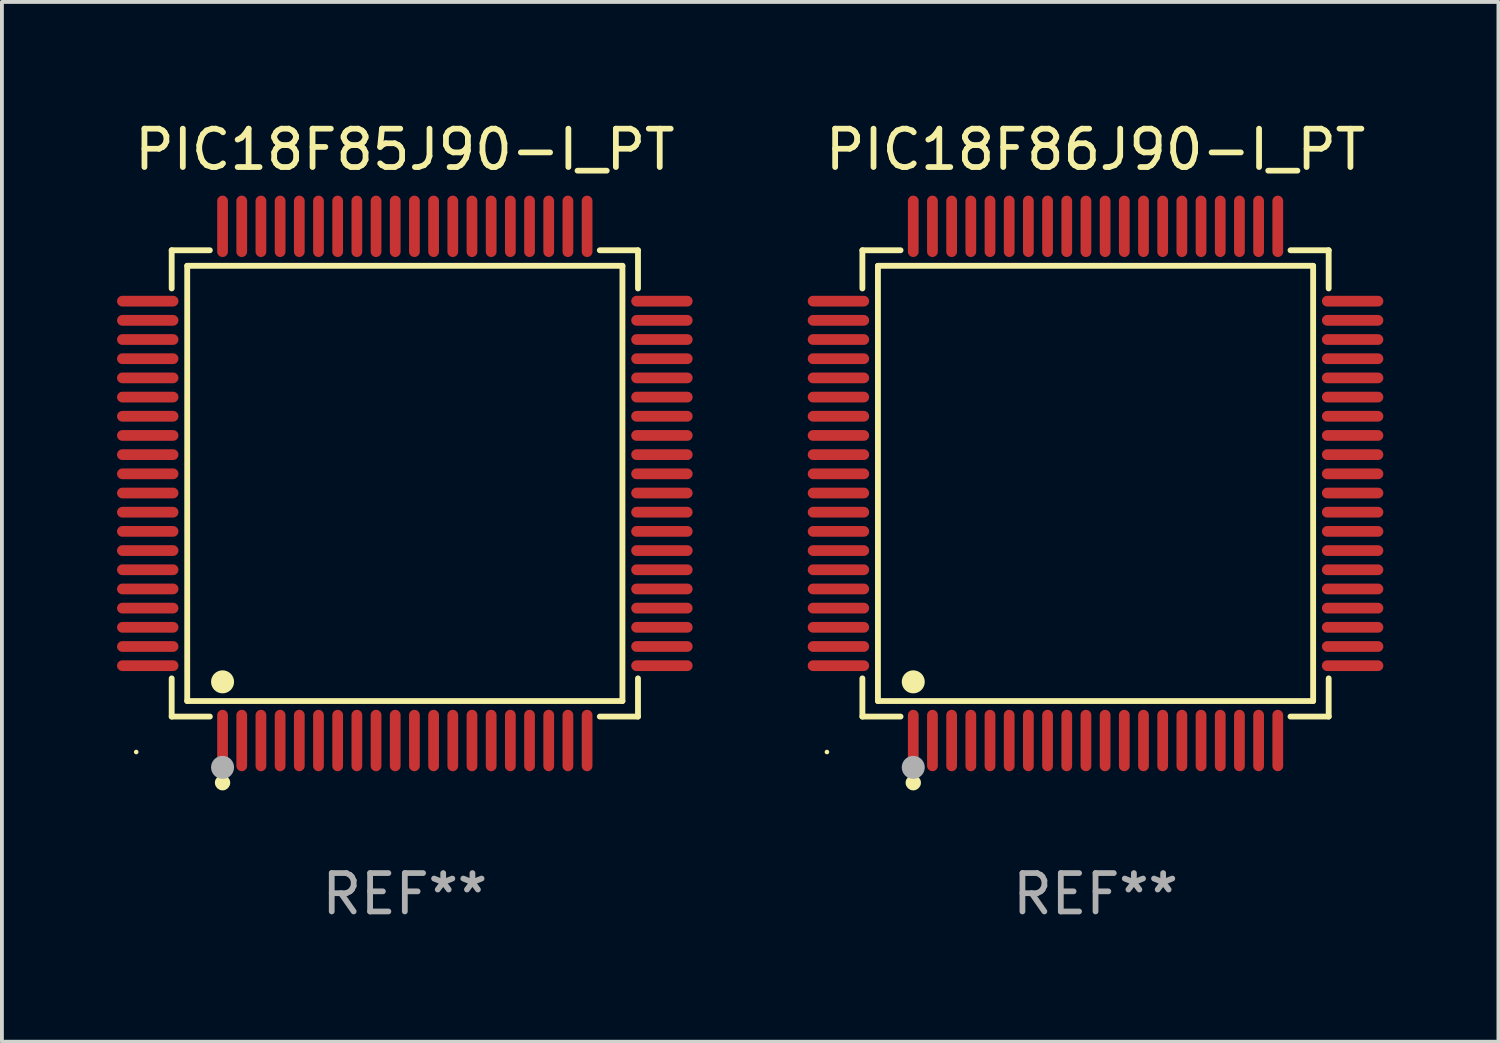
<source format=kicad_pcb>
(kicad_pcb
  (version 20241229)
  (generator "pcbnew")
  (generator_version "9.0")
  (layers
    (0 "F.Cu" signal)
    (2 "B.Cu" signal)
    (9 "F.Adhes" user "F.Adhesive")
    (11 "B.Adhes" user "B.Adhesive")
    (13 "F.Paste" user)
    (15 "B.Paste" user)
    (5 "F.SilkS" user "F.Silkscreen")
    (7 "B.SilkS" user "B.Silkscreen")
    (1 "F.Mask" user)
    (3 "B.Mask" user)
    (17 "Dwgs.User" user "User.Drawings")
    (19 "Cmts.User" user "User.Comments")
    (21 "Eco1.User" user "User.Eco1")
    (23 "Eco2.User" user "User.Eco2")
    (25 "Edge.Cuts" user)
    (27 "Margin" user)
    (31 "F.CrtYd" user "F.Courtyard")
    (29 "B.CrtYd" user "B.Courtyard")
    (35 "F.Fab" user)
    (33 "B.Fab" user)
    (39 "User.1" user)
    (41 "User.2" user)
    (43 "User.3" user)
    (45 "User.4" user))
  (footprint "PIC18F86J90-I_PT"
    (layer "F.Cu")
    (at 25.5 9.548)
    (property "Reference" "PIC18F86J90-I_PT" (at 0 -8.7 0) (layer "F.SilkS") (effects (font (size 1 1) (thickness 0.15))))
    (attr through_hole)
    (fp_line (start -6.076 -6.076) (end -5.081 -6.076) (stroke (width 0.152) (type solid)) (layer "F.SilkS"))
    (fp_line (start -6.076 -5.081) (end -6.076 -6.076) (stroke (width 0.152) (type solid)) (layer "F.SilkS"))
    (fp_line (start -6.076 5.081) (end -6.076 6.076) (stroke (width 0.152) (type solid)) (layer "F.SilkS"))
    (fp_line (start -6.076 6.076) (end -5.081 6.076) (stroke (width 0.152) (type solid)) (layer "F.SilkS"))
    (fp_line (start -5.671 -5.671) (end 5.671 -5.671) (stroke (width 0.152) (type solid)) (layer "F.SilkS"))
    (fp_line (start -5.671 5.671) (end -5.671 -5.671) (stroke (width 0.152) (type solid)) (layer "F.SilkS"))
    (fp_line (start 5.671 -5.671) (end 5.671 5.671) (stroke (width 0.152) (type solid)) (layer "F.SilkS"))
    (fp_line (start 5.671 5.671) (end -5.671 5.671) (stroke (width 0.152) (type solid)) (layer "F.SilkS"))
    (fp_line (start 6.076 -6.076) (end 5.081 -6.076) (stroke (width 0.152) (type solid)) (layer "F.SilkS"))
    (fp_line (start 6.076 -5.081) (end 6.076 -6.076) (stroke (width 0.152) (type solid)) (layer "F.SilkS"))
    (fp_line (start 6.076 5.081) (end 6.076 6.076) (stroke (width 0.152) (type solid)) (layer "F.SilkS"))
    (fp_line (start 6.076 6.076) (end 5.081 6.076) (stroke (width 0.152) (type solid)) (layer "F.SilkS"))
    (fp_circle (center -7 7) (end -6.97 7) (stroke (width 0.06) (type solid)) (fill no) (layer "F.SilkS"))
    (fp_circle (center -4.75 5.171) (end -4.6 5.171) (stroke (width 0.3) (type solid)) (fill no) (layer "F.SilkS"))
    (fp_circle (center -4.75 7.8) (end -4.65 7.8) (stroke (width 0.2) (type solid)) (fill no) (layer "F.SilkS"))
    (fp_circle (center -4.75 7.4) (end -4.6 7.4) (stroke (width 0.3) (type solid)) (fill no) (layer "F.Fab"))
    (fp_text user "REF**" (at 0 10.7 0) (layer "F.Fab") (effects (font (size 1 1) (thickness 0.15))))
    (pad "1" smd oval (at -4.75 6.7) (size 0.28 1.6) (layers "F.Cu" "F.Mask" "F.Paste"))
    (pad "2" smd oval (at -4.25 6.7) (size 0.28 1.6) (layers "F.Cu" "F.Mask" "F.Paste"))
    (pad "3" smd oval (at -3.75 6.7) (size 0.28 1.6) (layers "F.Cu" "F.Mask" "F.Paste"))
    (pad "4" smd oval (at -3.25 6.7) (size 0.28 1.6) (layers "F.Cu" "F.Mask" "F.Paste"))
    (pad "5" smd oval (at -2.75 6.7) (size 0.28 1.6) (layers "F.Cu" "F.Mask" "F.Paste"))
    (pad "6" smd oval (at -2.25 6.7) (size 0.28 1.6) (layers "F.Cu" "F.Mask" "F.Paste"))
    (pad "7" smd oval (at -1.75 6.7) (size 0.28 1.6) (layers "F.Cu" "F.Mask" "F.Paste"))
    (pad "8" smd oval (at -1.25 6.7) (size 0.28 1.6) (layers "F.Cu" "F.Mask" "F.Paste"))
    (pad "9" smd oval (at -0.75 6.7) (size 0.28 1.6) (layers "F.Cu" "F.Mask" "F.Paste"))
    (pad "10" smd oval (at -0.25 6.7) (size 0.28 1.6) (layers "F.Cu" "F.Mask" "F.Paste"))
    (pad "11" smd oval (at 0.25 6.7) (size 0.28 1.6) (layers "F.Cu" "F.Mask" "F.Paste"))
    (pad "12" smd oval (at 0.75 6.7) (size 0.28 1.6) (layers "F.Cu" "F.Mask" "F.Paste"))
    (pad "13" smd oval (at 1.25 6.7) (size 0.28 1.6) (layers "F.Cu" "F.Mask" "F.Paste"))
    (pad "14" smd oval (at 1.75 6.7) (size 0.28 1.6) (layers "F.Cu" "F.Mask" "F.Paste"))
    (pad "15" smd oval (at 2.25 6.7) (size 0.28 1.6) (layers "F.Cu" "F.Mask" "F.Paste"))
    (pad "16" smd oval (at 2.75 6.7) (size 0.28 1.6) (layers "F.Cu" "F.Mask" "F.Paste"))
    (pad "17" smd oval (at 3.25 6.7) (size 0.28 1.6) (layers "F.Cu" "F.Mask" "F.Paste"))
    (pad "18" smd oval (at 3.75 6.7) (size 0.28 1.6) (layers "F.Cu" "F.Mask" "F.Paste"))
    (pad "19" smd oval (at 4.25 6.7) (size 0.28 1.6) (layers "F.Cu" "F.Mask" "F.Paste"))
    (pad "20" smd oval (at 4.75 6.7) (size 0.28 1.6) (layers "F.Cu" "F.Mask" "F.Paste"))
    (pad "21" smd oval (at 6.7 4.75) (size 1.6 0.28) (layers "F.Cu" "F.Mask" "F.Paste"))
    (pad "22" smd oval (at 6.7 4.25) (size 1.6 0.28) (layers "F.Cu" "F.Mask" "F.Paste"))
    (pad "23" smd oval (at 6.7 3.75) (size 1.6 0.28) (layers "F.Cu" "F.Mask" "F.Paste"))
    (pad "24" smd oval (at 6.7 3.25) (size 1.6 0.28) (layers "F.Cu" "F.Mask" "F.Paste"))
    (pad "25" smd oval (at 6.7 2.75) (size 1.6 0.28) (layers "F.Cu" "F.Mask" "F.Paste"))
    (pad "26" smd oval (at 6.7 2.25) (size 1.6 0.28) (layers "F.Cu" "F.Mask" "F.Paste"))
    (pad "27" smd oval (at 6.7 1.75) (size 1.6 0.28) (layers "F.Cu" "F.Mask" "F.Paste"))
    (pad "28" smd oval (at 6.7 1.25) (size 1.6 0.28) (layers "F.Cu" "F.Mask" "F.Paste"))
    (pad "29" smd oval (at 6.7 0.75) (size 1.6 0.28) (layers "F.Cu" "F.Mask" "F.Paste"))
    (pad "30" smd oval (at 6.7 0.25) (size 1.6 0.28) (layers "F.Cu" "F.Mask" "F.Paste"))
    (pad "31" smd oval (at 6.7 -0.25) (size 1.6 0.28) (layers "F.Cu" "F.Mask" "F.Paste"))
    (pad "32" smd oval (at 6.7 -0.75) (size 1.6 0.28) (layers "F.Cu" "F.Mask" "F.Paste"))
    (pad "33" smd oval (at 6.7 -1.25) (size 1.6 0.28) (layers "F.Cu" "F.Mask" "F.Paste"))
    (pad "34" smd oval (at 6.7 -1.75) (size 1.6 0.28) (layers "F.Cu" "F.Mask" "F.Paste"))
    (pad "35" smd oval (at 6.7 -2.25) (size 1.6 0.28) (layers "F.Cu" "F.Mask" "F.Paste"))
    (pad "36" smd oval (at 6.7 -2.75) (size 1.6 0.28) (layers "F.Cu" "F.Mask" "F.Paste"))
    (pad "37" smd oval (at 6.7 -3.25) (size 1.6 0.28) (layers "F.Cu" "F.Mask" "F.Paste"))
    (pad "38" smd oval (at 6.7 -3.75) (size 1.6 0.28) (layers "F.Cu" "F.Mask" "F.Paste"))
    (pad "39" smd oval (at 6.7 -4.25) (size 1.6 0.28) (layers "F.Cu" "F.Mask" "F.Paste"))
    (pad "40" smd oval (at 6.7 -4.75) (size 1.6 0.28) (layers "F.Cu" "F.Mask" "F.Paste"))
    (pad "41" smd oval (at 4.75 -6.7) (size 0.28 1.6) (layers "F.Cu" "F.Mask" "F.Paste"))
    (pad "42" smd oval (at 4.25 -6.7) (size 0.28 1.6) (layers "F.Cu" "F.Mask" "F.Paste"))
    (pad "43" smd oval (at 3.75 -6.7) (size 0.28 1.6) (layers "F.Cu" "F.Mask" "F.Paste"))
    (pad "44" smd oval (at 3.25 -6.7) (size 0.28 1.6) (layers "F.Cu" "F.Mask" "F.Paste"))
    (pad "45" smd oval (at 2.75 -6.7) (size 0.28 1.6) (layers "F.Cu" "F.Mask" "F.Paste"))
    (pad "46" smd oval (at 2.25 -6.7) (size 0.28 1.6) (layers "F.Cu" "F.Mask" "F.Paste"))
    (pad "47" smd oval (at 1.75 -6.7) (size 0.28 1.6) (layers "F.Cu" "F.Mask" "F.Paste"))
    (pad "48" smd oval (at 1.25 -6.7) (size 0.28 1.6) (layers "F.Cu" "F.Mask" "F.Paste"))
    (pad "49" smd oval (at 0.75 -6.7) (size 0.28 1.6) (layers "F.Cu" "F.Mask" "F.Paste"))
    (pad "50" smd oval (at 0.25 -6.7) (size 0.28 1.6) (layers "F.Cu" "F.Mask" "F.Paste"))
    (pad "51" smd oval (at -0.25 -6.7) (size 0.28 1.6) (layers "F.Cu" "F.Mask" "F.Paste"))
    (pad "52" smd oval (at -0.75 -6.7) (size 0.28 1.6) (layers "F.Cu" "F.Mask" "F.Paste"))
    (pad "53" smd oval (at -1.25 -6.7) (size 0.28 1.6) (layers "F.Cu" "F.Mask" "F.Paste"))
    (pad "54" smd oval (at -1.75 -6.7) (size 0.28 1.6) (layers "F.Cu" "F.Mask" "F.Paste"))
    (pad "55" smd oval (at -2.25 -6.7) (size 0.28 1.6) (layers "F.Cu" "F.Mask" "F.Paste"))
    (pad "56" smd oval (at -2.75 -6.7) (size 0.28 1.6) (layers "F.Cu" "F.Mask" "F.Paste"))
    (pad "57" smd oval (at -3.25 -6.7) (size 0.28 1.6) (layers "F.Cu" "F.Mask" "F.Paste"))
    (pad "58" smd oval (at -3.75 -6.7) (size 0.28 1.6) (layers "F.Cu" "F.Mask" "F.Paste"))
    (pad "59" smd oval (at -4.25 -6.7) (size 0.28 1.6) (layers "F.Cu" "F.Mask" "F.Paste"))
    (pad "60" smd oval (at -4.75 -6.7) (size 0.28 1.6) (layers "F.Cu" "F.Mask" "F.Paste"))
    (pad "61" smd oval (at -6.7 -4.75) (size 1.6 0.28) (layers "F.Cu" "F.Mask" "F.Paste"))
    (pad "62" smd oval (at -6.7 -4.25) (size 1.6 0.28) (layers "F.Cu" "F.Mask" "F.Paste"))
    (pad "63" smd oval (at -6.7 -3.75) (size 1.6 0.28) (layers "F.Cu" "F.Mask" "F.Paste"))
    (pad "64" smd oval (at -6.7 -3.25) (size 1.6 0.28) (layers "F.Cu" "F.Mask" "F.Paste"))
    (pad "65" smd oval (at -6.7 -2.75) (size 1.6 0.28) (layers "F.Cu" "F.Mask" "F.Paste"))
    (pad "66" smd oval (at -6.7 -2.25) (size 1.6 0.28) (layers "F.Cu" "F.Mask" "F.Paste"))
    (pad "67" smd oval (at -6.7 -1.75) (size 1.6 0.28) (layers "F.Cu" "F.Mask" "F.Paste"))
    (pad "68" smd oval (at -6.7 -1.25) (size 1.6 0.28) (layers "F.Cu" "F.Mask" "F.Paste"))
    (pad "69" smd oval (at -6.7 -0.75) (size 1.6 0.28) (layers "F.Cu" "F.Mask" "F.Paste"))
    (pad "70" smd oval (at -6.7 -0.25) (size 1.6 0.28) (layers "F.Cu" "F.Mask" "F.Paste"))
    (pad "71" smd oval (at -6.7 0.25) (size 1.6 0.28) (layers "F.Cu" "F.Mask" "F.Paste"))
    (pad "72" smd oval (at -6.7 0.75) (size 1.6 0.28) (layers "F.Cu" "F.Mask" "F.Paste"))
    (pad "73" smd oval (at -6.7 1.25) (size 1.6 0.28) (layers "F.Cu" "F.Mask" "F.Paste"))
    (pad "74" smd oval (at -6.7 1.75) (size 1.6 0.28) (layers "F.Cu" "F.Mask" "F.Paste"))
    (pad "75" smd oval (at -6.7 2.25) (size 1.6 0.28) (layers "F.Cu" "F.Mask" "F.Paste"))
    (pad "76" smd oval (at -6.7 2.75) (size 1.6 0.28) (layers "F.Cu" "F.Mask" "F.Paste"))
    (pad "77" smd oval (at -6.7 3.25) (size 1.6 0.28) (layers "F.Cu" "F.Mask" "F.Paste"))
    (pad "78" smd oval (at -6.7 3.75) (size 1.6 0.28) (layers "F.Cu" "F.Mask" "F.Paste"))
    (pad "79" smd oval (at -6.7 4.25) (size 1.6 0.28) (layers "F.Cu" "F.Mask" "F.Paste"))
    (pad "80" smd oval (at -6.7 4.75) (size 1.6 0.28) (layers "F.Cu" "F.Mask" "F.Paste")))
  (footprint "PIC18F85J90-I_PT"
    (layer "F.Cu")
    (at 7.5 9.548)
    (property "Reference" "PIC18F85J90-I_PT" (at 0 -8.7 0) (layer "F.SilkS") (effects (font (size 1 1) (thickness 0.15))))
    (attr through_hole)
    (fp_line (start -6.076 -6.076) (end -5.081 -6.076) (stroke (width 0.152) (type solid)) (layer "F.SilkS"))
    (fp_line (start -6.076 -5.081) (end -6.076 -6.076) (stroke (width 0.152) (type solid)) (layer "F.SilkS"))
    (fp_line (start -6.076 5.081) (end -6.076 6.076) (stroke (width 0.152) (type solid)) (layer "F.SilkS"))
    (fp_line (start -6.076 6.076) (end -5.081 6.076) (stroke (width 0.152) (type solid)) (layer "F.SilkS"))
    (fp_line (start -5.671 -5.671) (end 5.671 -5.671) (stroke (width 0.152) (type solid)) (layer "F.SilkS"))
    (fp_line (start -5.671 5.671) (end -5.671 -5.671) (stroke (width 0.152) (type solid)) (layer "F.SilkS"))
    (fp_line (start 5.671 -5.671) (end 5.671 5.671) (stroke (width 0.152) (type solid)) (layer "F.SilkS"))
    (fp_line (start 5.671 5.671) (end -5.671 5.671) (stroke (width 0.152) (type solid)) (layer "F.SilkS"))
    (fp_line (start 6.076 -6.076) (end 5.081 -6.076) (stroke (width 0.152) (type solid)) (layer "F.SilkS"))
    (fp_line (start 6.076 -5.081) (end 6.076 -6.076) (stroke (width 0.152) (type solid)) (layer "F.SilkS"))
    (fp_line (start 6.076 5.081) (end 6.076 6.076) (stroke (width 0.152) (type solid)) (layer "F.SilkS"))
    (fp_line (start 6.076 6.076) (end 5.081 6.076) (stroke (width 0.152) (type solid)) (layer "F.SilkS"))
    (fp_circle (center -7 7) (end -6.97 7) (stroke (width 0.06) (type solid)) (fill no) (layer "F.SilkS"))
    (fp_circle (center -4.75 5.171) (end -4.6 5.171) (stroke (width 0.3) (type solid)) (fill no) (layer "F.SilkS"))
    (fp_circle (center -4.75 7.8) (end -4.65 7.8) (stroke (width 0.2) (type solid)) (fill no) (layer "F.SilkS"))
    (fp_circle (center -4.75 7.4) (end -4.6 7.4) (stroke (width 0.3) (type solid)) (fill no) (layer "F.Fab"))
    (fp_text user "REF**" (at 0 10.7 0) (layer "F.Fab") (effects (font (size 1 1) (thickness 0.15))))
    (pad "1" smd oval (at -4.75 6.7) (size 0.28 1.6) (layers "F.Cu" "F.Mask" "F.Paste"))
    (pad "2" smd oval (at -4.25 6.7) (size 0.28 1.6) (layers "F.Cu" "F.Mask" "F.Paste"))
    (pad "3" smd oval (at -3.75 6.7) (size 0.28 1.6) (layers "F.Cu" "F.Mask" "F.Paste"))
    (pad "4" smd oval (at -3.25 6.7) (size 0.28 1.6) (layers "F.Cu" "F.Mask" "F.Paste"))
    (pad "5" smd oval (at -2.75 6.7) (size 0.28 1.6) (layers "F.Cu" "F.Mask" "F.Paste"))
    (pad "6" smd oval (at -2.25 6.7) (size 0.28 1.6) (layers "F.Cu" "F.Mask" "F.Paste"))
    (pad "7" smd oval (at -1.75 6.7) (size 0.28 1.6) (layers "F.Cu" "F.Mask" "F.Paste"))
    (pad "8" smd oval (at -1.25 6.7) (size 0.28 1.6) (layers "F.Cu" "F.Mask" "F.Paste"))
    (pad "9" smd oval (at -0.75 6.7) (size 0.28 1.6) (layers "F.Cu" "F.Mask" "F.Paste"))
    (pad "10" smd oval (at -0.25 6.7) (size 0.28 1.6) (layers "F.Cu" "F.Mask" "F.Paste"))
    (pad "11" smd oval (at 0.25 6.7) (size 0.28 1.6) (layers "F.Cu" "F.Mask" "F.Paste"))
    (pad "12" smd oval (at 0.75 6.7) (size 0.28 1.6) (layers "F.Cu" "F.Mask" "F.Paste"))
    (pad "13" smd oval (at 1.25 6.7) (size 0.28 1.6) (layers "F.Cu" "F.Mask" "F.Paste"))
    (pad "14" smd oval (at 1.75 6.7) (size 0.28 1.6) (layers "F.Cu" "F.Mask" "F.Paste"))
    (pad "15" smd oval (at 2.25 6.7) (size 0.28 1.6) (layers "F.Cu" "F.Mask" "F.Paste"))
    (pad "16" smd oval (at 2.75 6.7) (size 0.28 1.6) (layers "F.Cu" "F.Mask" "F.Paste"))
    (pad "17" smd oval (at 3.25 6.7) (size 0.28 1.6) (layers "F.Cu" "F.Mask" "F.Paste"))
    (pad "18" smd oval (at 3.75 6.7) (size 0.28 1.6) (layers "F.Cu" "F.Mask" "F.Paste"))
    (pad "19" smd oval (at 4.25 6.7) (size 0.28 1.6) (layers "F.Cu" "F.Mask" "F.Paste"))
    (pad "20" smd oval (at 4.75 6.7) (size 0.28 1.6) (layers "F.Cu" "F.Mask" "F.Paste"))
    (pad "21" smd oval (at 6.7 4.75) (size 1.6 0.28) (layers "F.Cu" "F.Mask" "F.Paste"))
    (pad "22" smd oval (at 6.7 4.25) (size 1.6 0.28) (layers "F.Cu" "F.Mask" "F.Paste"))
    (pad "23" smd oval (at 6.7 3.75) (size 1.6 0.28) (layers "F.Cu" "F.Mask" "F.Paste"))
    (pad "24" smd oval (at 6.7 3.25) (size 1.6 0.28) (layers "F.Cu" "F.Mask" "F.Paste"))
    (pad "25" smd oval (at 6.7 2.75) (size 1.6 0.28) (layers "F.Cu" "F.Mask" "F.Paste"))
    (pad "26" smd oval (at 6.7 2.25) (size 1.6 0.28) (layers "F.Cu" "F.Mask" "F.Paste"))
    (pad "27" smd oval (at 6.7 1.75) (size 1.6 0.28) (layers "F.Cu" "F.Mask" "F.Paste"))
    (pad "28" smd oval (at 6.7 1.25) (size 1.6 0.28) (layers "F.Cu" "F.Mask" "F.Paste"))
    (pad "29" smd oval (at 6.7 0.75) (size 1.6 0.28) (layers "F.Cu" "F.Mask" "F.Paste"))
    (pad "30" smd oval (at 6.7 0.25) (size 1.6 0.28) (layers "F.Cu" "F.Mask" "F.Paste"))
    (pad "31" smd oval (at 6.7 -0.25) (size 1.6 0.28) (layers "F.Cu" "F.Mask" "F.Paste"))
    (pad "32" smd oval (at 6.7 -0.75) (size 1.6 0.28) (layers "F.Cu" "F.Mask" "F.Paste"))
    (pad "33" smd oval (at 6.7 -1.25) (size 1.6 0.28) (layers "F.Cu" "F.Mask" "F.Paste"))
    (pad "34" smd oval (at 6.7 -1.75) (size 1.6 0.28) (layers "F.Cu" "F.Mask" "F.Paste"))
    (pad "35" smd oval (at 6.7 -2.25) (size 1.6 0.28) (layers "F.Cu" "F.Mask" "F.Paste"))
    (pad "36" smd oval (at 6.7 -2.75) (size 1.6 0.28) (layers "F.Cu" "F.Mask" "F.Paste"))
    (pad "37" smd oval (at 6.7 -3.25) (size 1.6 0.28) (layers "F.Cu" "F.Mask" "F.Paste"))
    (pad "38" smd oval (at 6.7 -3.75) (size 1.6 0.28) (layers "F.Cu" "F.Mask" "F.Paste"))
    (pad "39" smd oval (at 6.7 -4.25) (size 1.6 0.28) (layers "F.Cu" "F.Mask" "F.Paste"))
    (pad "40" smd oval (at 6.7 -4.75) (size 1.6 0.28) (layers "F.Cu" "F.Mask" "F.Paste"))
    (pad "41" smd oval (at 4.75 -6.7) (size 0.28 1.6) (layers "F.Cu" "F.Mask" "F.Paste"))
    (pad "42" smd oval (at 4.25 -6.7) (size 0.28 1.6) (layers "F.Cu" "F.Mask" "F.Paste"))
    (pad "43" smd oval (at 3.75 -6.7) (size 0.28 1.6) (layers "F.Cu" "F.Mask" "F.Paste"))
    (pad "44" smd oval (at 3.25 -6.7) (size 0.28 1.6) (layers "F.Cu" "F.Mask" "F.Paste"))
    (pad "45" smd oval (at 2.75 -6.7) (size 0.28 1.6) (layers "F.Cu" "F.Mask" "F.Paste"))
    (pad "46" smd oval (at 2.25 -6.7) (size 0.28 1.6) (layers "F.Cu" "F.Mask" "F.Paste"))
    (pad "47" smd oval (at 1.75 -6.7) (size 0.28 1.6) (layers "F.Cu" "F.Mask" "F.Paste"))
    (pad "48" smd oval (at 1.25 -6.7) (size 0.28 1.6) (layers "F.Cu" "F.Mask" "F.Paste"))
    (pad "49" smd oval (at 0.75 -6.7) (size 0.28 1.6) (layers "F.Cu" "F.Mask" "F.Paste"))
    (pad "50" smd oval (at 0.25 -6.7) (size 0.28 1.6) (layers "F.Cu" "F.Mask" "F.Paste"))
    (pad "51" smd oval (at -0.25 -6.7) (size 0.28 1.6) (layers "F.Cu" "F.Mask" "F.Paste"))
    (pad "52" smd oval (at -0.75 -6.7) (size 0.28 1.6) (layers "F.Cu" "F.Mask" "F.Paste"))
    (pad "53" smd oval (at -1.25 -6.7) (size 0.28 1.6) (layers "F.Cu" "F.Mask" "F.Paste"))
    (pad "54" smd oval (at -1.75 -6.7) (size 0.28 1.6) (layers "F.Cu" "F.Mask" "F.Paste"))
    (pad "55" smd oval (at -2.25 -6.7) (size 0.28 1.6) (layers "F.Cu" "F.Mask" "F.Paste"))
    (pad "56" smd oval (at -2.75 -6.7) (size 0.28 1.6) (layers "F.Cu" "F.Mask" "F.Paste"))
    (pad "57" smd oval (at -3.25 -6.7) (size 0.28 1.6) (layers "F.Cu" "F.Mask" "F.Paste"))
    (pad "58" smd oval (at -3.75 -6.7) (size 0.28 1.6) (layers "F.Cu" "F.Mask" "F.Paste"))
    (pad "59" smd oval (at -4.25 -6.7) (size 0.28 1.6) (layers "F.Cu" "F.Mask" "F.Paste"))
    (pad "60" smd oval (at -4.75 -6.7) (size 0.28 1.6) (layers "F.Cu" "F.Mask" "F.Paste"))
    (pad "61" smd oval (at -6.7 -4.75) (size 1.6 0.28) (layers "F.Cu" "F.Mask" "F.Paste"))
    (pad "62" smd oval (at -6.7 -4.25) (size 1.6 0.28) (layers "F.Cu" "F.Mask" "F.Paste"))
    (pad "63" smd oval (at -6.7 -3.75) (size 1.6 0.28) (layers "F.Cu" "F.Mask" "F.Paste"))
    (pad "64" smd oval (at -6.7 -3.25) (size 1.6 0.28) (layers "F.Cu" "F.Mask" "F.Paste"))
    (pad "65" smd oval (at -6.7 -2.75) (size 1.6 0.28) (layers "F.Cu" "F.Mask" "F.Paste"))
    (pad "66" smd oval (at -6.7 -2.25) (size 1.6 0.28) (layers "F.Cu" "F.Mask" "F.Paste"))
    (pad "67" smd oval (at -6.7 -1.75) (size 1.6 0.28) (layers "F.Cu" "F.Mask" "F.Paste"))
    (pad "68" smd oval (at -6.7 -1.25) (size 1.6 0.28) (layers "F.Cu" "F.Mask" "F.Paste"))
    (pad "69" smd oval (at -6.7 -0.75) (size 1.6 0.28) (layers "F.Cu" "F.Mask" "F.Paste"))
    (pad "70" smd oval (at -6.7 -0.25) (size 1.6 0.28) (layers "F.Cu" "F.Mask" "F.Paste"))
    (pad "71" smd oval (at -6.7 0.25) (size 1.6 0.28) (layers "F.Cu" "F.Mask" "F.Paste"))
    (pad "72" smd oval (at -6.7 0.75) (size 1.6 0.28) (layers "F.Cu" "F.Mask" "F.Paste"))
    (pad "73" smd oval (at -6.7 1.25) (size 1.6 0.28) (layers "F.Cu" "F.Mask" "F.Paste"))
    (pad "74" smd oval (at -6.7 1.75) (size 1.6 0.28) (layers "F.Cu" "F.Mask" "F.Paste"))
    (pad "75" smd oval (at -6.7 2.25) (size 1.6 0.28) (layers "F.Cu" "F.Mask" "F.Paste"))
    (pad "76" smd oval (at -6.7 2.75) (size 1.6 0.28) (layers "F.Cu" "F.Mask" "F.Paste"))
    (pad "77" smd oval (at -6.7 3.25) (size 1.6 0.28) (layers "F.Cu" "F.Mask" "F.Paste"))
    (pad "78" smd oval (at -6.7 3.75) (size 1.6 0.28) (layers "F.Cu" "F.Mask" "F.Paste"))
    (pad "79" smd oval (at -6.7 4.25) (size 1.6 0.28) (layers "F.Cu" "F.Mask" "F.Paste"))
    (pad "80" smd oval (at -6.7 4.75) (size 1.6 0.28) (layers "F.Cu" "F.Mask" "F.Paste")))
  (gr_rect
    (start -3 -3)
    (end 36 24.097)
    (stroke (width 0.1) (type default))
    (fill no)
    (layer "Edge.Cuts")))
</source>
